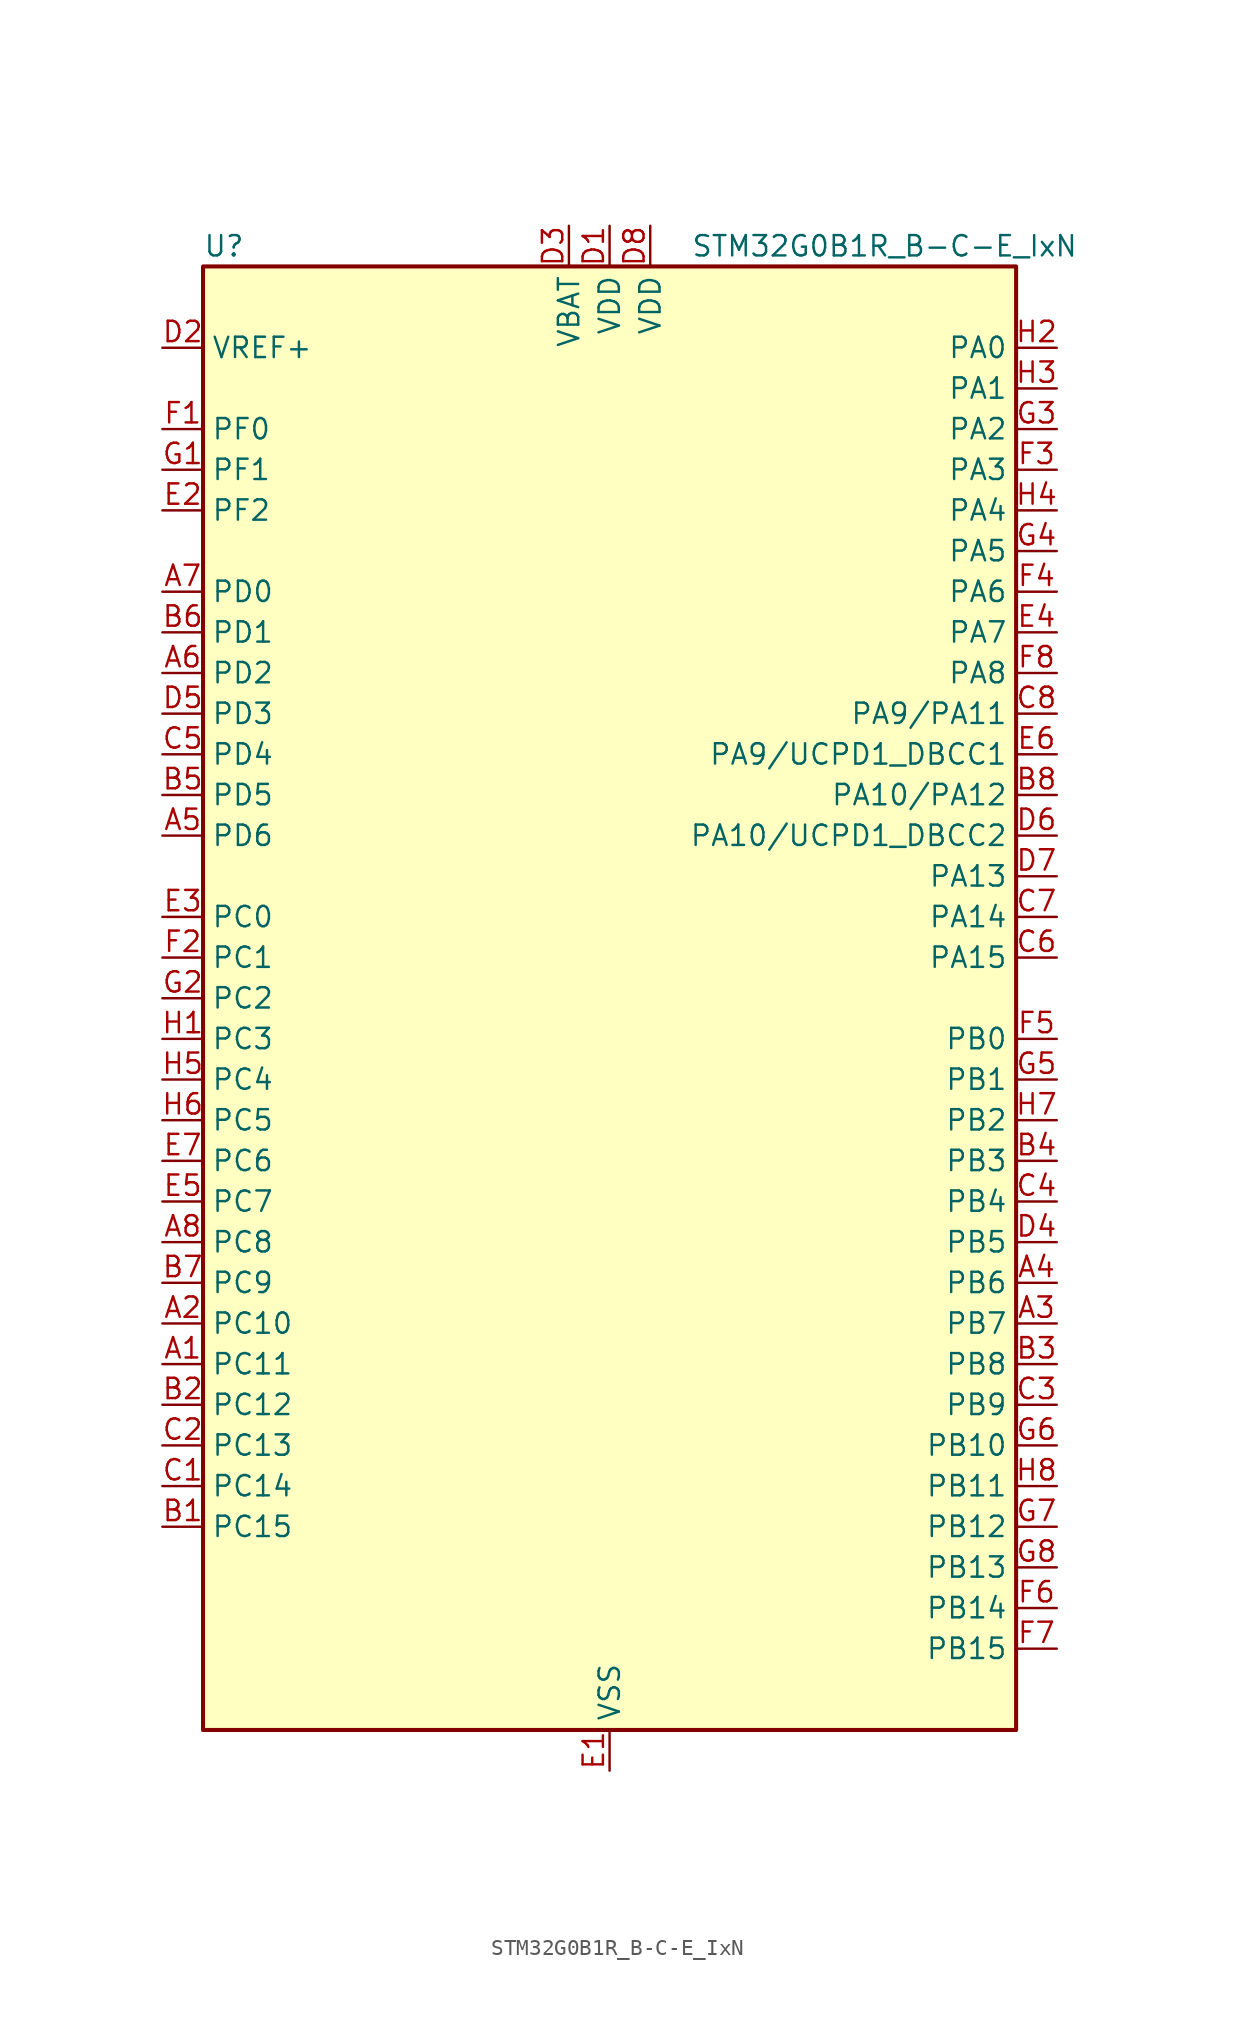
<source format=kicad_sym>
(kicad_symbol_lib
  (version 20231120)
  (generator "kicad-library-utils")
  (generator_version "8.0")
  (symbol "STM32G0B1R_B-C-E_IxN"
    (property "Reference" "U"
      (at -25.4 46.99 0)
      (effects (font (size 1.27 1.27)) (justify left)))
    (property "Value" "STM32G0B1R_B-C-E_IxN"
      (at 5.08 46.99 0)
      (effects (font (size 1.27 1.27)) (justify left)))
    (symbol "STM32G0B1R_B-C-E_IxN_0_1"
      (rectangle (start -25.4 -45.72) (end 25.4 45.72) (stroke (width 0.254) (type default)) (fill (type background))))
    (symbol "STM32G0B1R_B-C-E_IxN_1_1"
      (pin bidirectional line (at -27.94 -22.86 0) (length 2.54) (name "PC11" (effects (font (size 1.27 1.27)))) (number "A1" (effects (font (size 1.27 1.27)))) (alternate "ADC1_EXTI11" bidirectional line) (alternate "SPI3_MISO" bidirectional line) (alternate "TIM1_CH4" bidirectional line) (alternate "USART3_RX" bidirectional line) (alternate "USART4_RX" bidirectional line))
      (pin bidirectional line (at -27.94 -20.32 0) (length 2.54) (name "PC10" (effects (font (size 1.27 1.27)))) (number "A2" (effects (font (size 1.27 1.27)))) (alternate "SPI3_SCK" bidirectional line) (alternate "TIM1_CH3" bidirectional line) (alternate "USART3_TX" bidirectional line) (alternate "USART4_TX" bidirectional line))
      (pin bidirectional line (at 27.94 -20.32 180) (length 2.54) (name "PB7" (effects (font (size 1.27 1.27)))) (number "A3" (effects (font (size 1.27 1.27)))) (alternate "COMP2_INM" bidirectional line) (alternate "I2C1_SDA" bidirectional line) (alternate "I2S2_SD" bidirectional line) (alternate "LPTIM1_IN2" bidirectional line) (alternate "LPUART2_RX" bidirectional line) (alternate "SPI2_MOSI" bidirectional line) (alternate "SYS_PVD_IN" bidirectional line) (alternate "TIM17_CH1N" bidirectional line) (alternate "TIM4_CH2" bidirectional line) (alternate "USART1_RX" bidirectional line) (alternate "USART4_CTS" bidirectional line) (alternate "USART4_NSS" bidirectional line))
      (pin bidirectional line (at 27.94 -17.78 180) (length 2.54) (name "PB6" (effects (font (size 1.27 1.27)))) (number "A4" (effects (font (size 1.27 1.27)))) (alternate "COMP2_INP" bidirectional line) (alternate "FDCAN2_TX" bidirectional line) (alternate "I2C1_SCL" bidirectional line) (alternate "I2S2_MCK" bidirectional line) (alternate "LPTIM1_ETR" bidirectional line) (alternate "LPUART2_TX" bidirectional line) (alternate "SPI2_MISO" bidirectional line) (alternate "TIM16_CH1N" bidirectional line) (alternate "TIM1_CH3" bidirectional line) (alternate "TIM4_CH1" bidirectional line) (alternate "USART1_TX" bidirectional line) (alternate "USART5_CTS" bidirectional line) (alternate "USART5_NSS" bidirectional line))
      (pin bidirectional line (at -27.94 10.16 0) (length 2.54) (name "PD6" (effects (font (size 1.27 1.27)))) (number "A5" (effects (font (size 1.27 1.27)))) (alternate "I2S1_SD" bidirectional line) (alternate "LPTIM2_OUT" bidirectional line) (alternate "SPI1_MOSI" bidirectional line) (alternate "USART2_RX" bidirectional line))
      (pin bidirectional line (at -27.94 20.32 0) (length 2.54) (name "PD2" (effects (font (size 1.27 1.27)))) (number "A6" (effects (font (size 1.27 1.27)))) (alternate "TIM1_CH1N" bidirectional line) (alternate "TIM3_ETR" bidirectional line) (alternate "UCPD2_CC2" bidirectional line) (alternate "USART3_CK" bidirectional line) (alternate "USART3_DE" bidirectional line) (alternate "USART3_RTS" bidirectional line) (alternate "USART5_RX" bidirectional line))
      (pin bidirectional line (at -27.94 25.4 0) (length 2.54) (name "PD0" (effects (font (size 1.27 1.27)))) (number "A7" (effects (font (size 1.27 1.27)))) (alternate "FDCAN1_RX" bidirectional line) (alternate "I2S2_WS" bidirectional line) (alternate "SPI2_NSS" bidirectional line) (alternate "TIM16_CH1" bidirectional line) (alternate "UCPD2_CC1" bidirectional line))
      (pin bidirectional line (at -27.94 -15.24 0) (length 2.54) (name "PC8" (effects (font (size 1.27 1.27)))) (number "A8" (effects (font (size 1.27 1.27)))) (alternate "LPUART2_CTS" bidirectional line) (alternate "TIM1_CH1" bidirectional line) (alternate "TIM3_CH3" bidirectional line) (alternate "UCPD2_FRSTX1" bidirectional line) (alternate "UCPD2_FRSTX2" bidirectional line))
      (pin bidirectional line (at -27.94 -33.02 0) (length 2.54) (name "PC15" (effects (font (size 1.27 1.27)))) (number "B1" (effects (font (size 1.27 1.27)))) (alternate "RCC_OSC32_EN" bidirectional line) (alternate "RCC_OSC32_OUT" bidirectional line) (alternate "RCC_OSC_EN" bidirectional line) (alternate "TIM15_BK" bidirectional line))
      (pin bidirectional line (at -27.94 -25.4 0) (length 2.54) (name "PC12" (effects (font (size 1.27 1.27)))) (number "B2" (effects (font (size 1.27 1.27)))) (alternate "LPTIM1_IN1" bidirectional line) (alternate "SPI3_MOSI" bidirectional line) (alternate "TIM14_CH1" bidirectional line) (alternate "UCPD1_FRSTX1" bidirectional line) (alternate "UCPD1_FRSTX2" bidirectional line) (alternate "USART5_TX" bidirectional line))
      (pin bidirectional line (at 27.94 -22.86 180) (length 2.54) (name "PB8" (effects (font (size 1.27 1.27)))) (number "B3" (effects (font (size 1.27 1.27)))) (alternate "CEC" bidirectional line) (alternate "FDCAN1_RX" bidirectional line) (alternate "I2C1_SCL" bidirectional line) (alternate "I2S2_CK" bidirectional line) (alternate "SPI2_SCK" bidirectional line) (alternate "TIM15_BK" bidirectional line) (alternate "TIM16_CH1" bidirectional line) (alternate "TIM4_CH3" bidirectional line) (alternate "USART3_TX" bidirectional line) (alternate "USART6_TX" bidirectional line))
      (pin bidirectional line (at 27.94 -10.16 180) (length 2.54) (name "PB3" (effects (font (size 1.27 1.27)))) (number "B4" (effects (font (size 1.27 1.27)))) (alternate "COMP2_INM" bidirectional line) (alternate "I2C2_SCL" bidirectional line) (alternate "I2C3_SCL" bidirectional line) (alternate "I2S1_CK" bidirectional line) (alternate "SPI1_SCK" bidirectional line) (alternate "SPI3_SCK" bidirectional line) (alternate "TIM1_CH2" bidirectional line) (alternate "TIM2_CH2" bidirectional line) (alternate "USART1_CK" bidirectional line) (alternate "USART1_DE" bidirectional line) (alternate "USART1_RTS" bidirectional line) (alternate "USART5_TX" bidirectional line))
      (pin bidirectional line (at -27.94 12.7 0) (length 2.54) (name "PD5" (effects (font (size 1.27 1.27)))) (number "B5" (effects (font (size 1.27 1.27)))) (alternate "I2S1_MCK" bidirectional line) (alternate "SPI1_MISO" bidirectional line) (alternate "TIM1_BK" bidirectional line) (alternate "USART2_TX" bidirectional line) (alternate "USART5_CTS" bidirectional line) (alternate "USART5_NSS" bidirectional line))
      (pin bidirectional line (at -27.94 22.86 0) (length 2.54) (name "PD1" (effects (font (size 1.27 1.27)))) (number "B6" (effects (font (size 1.27 1.27)))) (alternate "FDCAN1_TX" bidirectional line) (alternate "I2S2_CK" bidirectional line) (alternate "SPI2_SCK" bidirectional line) (alternate "TIM17_CH1" bidirectional line) (alternate "UCPD2_DBCC1" bidirectional line))
      (pin bidirectional line (at -27.94 -17.78 0) (length 2.54) (name "PC9" (effects (font (size 1.27 1.27)))) (number "B7" (effects (font (size 1.27 1.27)))) (alternate "DAC1_EXTI9" bidirectional line) (alternate "I2S_CKIN" bidirectional line) (alternate "LPUART2_DE" bidirectional line) (alternate "LPUART2_RTS" bidirectional line) (alternate "TIM1_CH2" bidirectional line) (alternate "TIM3_CH4" bidirectional line) (alternate "USB_NOE" bidirectional line))
      (pin bidirectional line (at 27.94 12.7 180) (length 2.54) (name "PA10/PA12" (effects (font (size 1.27 1.27)))) (number "B8" (effects (font (size 1.27 1.27)))) (alternate "PA10" bidirectional line) (alternate "I2C1_SDA (PA10)" bidirectional line) (alternate "I2C2_SDA (PA10)" bidirectional line) (alternate "I2S2_SD (PA10)" bidirectional line) (alternate "RCC_MCO_2 (PA10)" bidirectional line) (alternate "SPI2_MOSI (PA10)" bidirectional line) (alternate "TIM17_BK (PA10)" bidirectional line) (alternate "TIM1_CH3 (PA10)" bidirectional line) (alternate "UCPD1_DBCC2 (PA10)" bidirectional line) (alternate "USART1_RX (PA10)" bidirectional line) (alternate "PA12" bidirectional line) (alternate "COMP2_OUT (PA12)" bidirectional line) (alternate "FDCAN1_TX (PA12)" bidirectional line) (alternate "I2C2_SDA (PA12)" bidirectional line) (alternate "I2S1_SD (PA12)" bidirectional line) (alternate "I2S_CKIN (PA12)" bidirectional line) (alternate "SPI1_MOSI (PA12)" bidirectional line) (alternate "TIM1_ETR (PA12)" bidirectional line) (alternate "USART1_CK (PA12)" bidirectional line) (alternate "USART1_DE (PA12)" bidirectional line) (alternate "USART1_RTS (PA12)" bidirectional line) (alternate "USB_DP (PA12)" bidirectional line))
      (pin bidirectional line (at -27.94 -30.48 0) (length 2.54) (name "PC14" (effects (font (size 1.27 1.27)))) (number "C1" (effects (font (size 1.27 1.27)))) (alternate "RCC_OSC32_IN" bidirectional line) (alternate "TIM1_BK2" bidirectional line))
      (pin bidirectional line (at -27.94 -27.94 0) (length 2.54) (name "PC13" (effects (font (size 1.27 1.27)))) (number "C2" (effects (font (size 1.27 1.27)))) (alternate "RTC_OUT1" bidirectional line) (alternate "RTC_TAMP_IN1" bidirectional line) (alternate "RTC_TS" bidirectional line) (alternate "SYS_WKUP2" bidirectional line) (alternate "TIM1_BK" bidirectional line))
      (pin bidirectional line (at 27.94 -25.4 180) (length 2.54) (name "PB9" (effects (font (size 1.27 1.27)))) (number "C3" (effects (font (size 1.27 1.27)))) (alternate "DAC1_EXTI9" bidirectional line) (alternate "FDCAN1_TX" bidirectional line) (alternate "I2C1_SDA" bidirectional line) (alternate "I2S2_WS" bidirectional line) (alternate "IR_OUT" bidirectional line) (alternate "SPI2_NSS" bidirectional line) (alternate "TIM17_CH1" bidirectional line) (alternate "TIM4_CH4" bidirectional line) (alternate "UCPD2_FRSTX1" bidirectional line) (alternate "UCPD2_FRSTX2" bidirectional line) (alternate "USART3_RX" bidirectional line) (alternate "USART6_RX" bidirectional line))
      (pin bidirectional line (at 27.94 -12.7 180) (length 2.54) (name "PB4" (effects (font (size 1.27 1.27)))) (number "C4" (effects (font (size 1.27 1.27)))) (alternate "COMP2_INP" bidirectional line) (alternate "I2C2_SDA" bidirectional line) (alternate "I2C3_SDA" bidirectional line) (alternate "I2S1_MCK" bidirectional line) (alternate "SPI1_MISO" bidirectional line) (alternate "SPI3_MISO" bidirectional line) (alternate "TIM17_BK" bidirectional line) (alternate "TIM3_CH1" bidirectional line) (alternate "USART1_CTS" bidirectional line) (alternate "USART1_NSS" bidirectional line) (alternate "USART5_RX" bidirectional line))
      (pin bidirectional line (at -27.94 15.24 0) (length 2.54) (name "PD4" (effects (font (size 1.27 1.27)))) (number "C5" (effects (font (size 1.27 1.27)))) (alternate "I2S2_SD" bidirectional line) (alternate "SPI2_MOSI" bidirectional line) (alternate "TIM1_CH3N" bidirectional line) (alternate "USART2_CK" bidirectional line) (alternate "USART2_DE" bidirectional line) (alternate "USART2_RTS" bidirectional line) (alternate "USART5_CK" bidirectional line) (alternate "USART5_DE" bidirectional line) (alternate "USART5_RTS" bidirectional line))
      (pin bidirectional line (at 27.94 2.54 180) (length 2.54) (name "PA15" (effects (font (size 1.27 1.27)))) (number "C6" (effects (font (size 1.27 1.27)))) (alternate "I2C2_SMBA" bidirectional line) (alternate "I2S1_WS" bidirectional line) (alternate "RCC_MCO_2" bidirectional line) (alternate "SPI1_NSS" bidirectional line) (alternate "SPI3_NSS" bidirectional line) (alternate "TIM2_CH1" bidirectional line) (alternate "TIM2_ETR" bidirectional line) (alternate "USART2_RX" bidirectional line) (alternate "USART3_CK" bidirectional line) (alternate "USART3_DE" bidirectional line) (alternate "USART3_RTS" bidirectional line) (alternate "USART4_CK" bidirectional line) (alternate "USART4_DE" bidirectional line) (alternate "USART4_RTS" bidirectional line) (alternate "USB_NOE" bidirectional line))
      (pin bidirectional line (at 27.94 5.08 180) (length 2.54) (name "PA14" (effects (font (size 1.27 1.27)))) (number "C7" (effects (font (size 1.27 1.27)))) (alternate "LPUART2_TX" bidirectional line) (alternate "SYS_SWCLK" bidirectional line) (alternate "USART2_TX" bidirectional line))
      (pin bidirectional line (at 27.94 17.78 180) (length 2.54) (name "PA9/PA11" (effects (font (size 1.27 1.27)))) (number "C8" (effects (font (size 1.27 1.27)))) (alternate "PA9" bidirectional line) (alternate "DAC1_EXTI9 (PA9)" bidirectional line) (alternate "I2C1_SCL (PA9)" bidirectional line) (alternate "I2C2_SCL (PA9)" bidirectional line) (alternate "I2S2_MCK (PA9)" bidirectional line) (alternate "RCC_MCO (PA9)" bidirectional line) (alternate "SPI2_MISO (PA9)" bidirectional line) (alternate "TIM15_BK (PA9)" bidirectional line) (alternate "TIM1_CH2 (PA9)" bidirectional line) (alternate "UCPD1_DBCC1 (PA9)" bidirectional line) (alternate "USART1_TX (PA9)" bidirectional line) (alternate "PA11" bidirectional line) (alternate "ADC1_EXTI11 (PA11)" bidirectional line) (alternate "COMP1_OUT (PA11)" bidirectional line) (alternate "FDCAN1_RX (PA11)" bidirectional line) (alternate "I2C2_SCL (PA11)" bidirectional line) (alternate "I2S1_MCK (PA11)" bidirectional line) (alternate "SPI1_MISO (PA11)" bidirectional line) (alternate "TIM1_BK2 (PA11)" bidirectional line) (alternate "TIM1_CH4 (PA11)" bidirectional line) (alternate "USART1_CTS (PA11)" bidirectional line) (alternate "USART1_NSS (PA11)" bidirectional line) (alternate "USB_DM (PA11)" bidirectional line))
      (pin power_in line (at 0 48.26 270) (length 2.54) (name "VDD" (effects (font (size 1.27 1.27)))) (number "D1" (effects (font (size 1.27 1.27)))))
      (pin input line (at -27.94 40.64 0) (length 2.54) (name "VREF+" (effects (font (size 1.27 1.27)))) (number "D2" (effects (font (size 1.27 1.27)))) (alternate "VREFBUF_OUT" bidirectional line))
      (pin power_in line (at -2.54 48.26 270) (length 2.54) (name "VBAT" (effects (font (size 1.27 1.27)))) (number "D3" (effects (font (size 1.27 1.27)))))
      (pin bidirectional line (at 27.94 -15.24 180) (length 2.54) (name "PB5" (effects (font (size 1.27 1.27)))) (number "D4" (effects (font (size 1.27 1.27)))) (alternate "COMP2_OUT" bidirectional line) (alternate "FDCAN2_RX" bidirectional line) (alternate "I2C1_SMBA" bidirectional line) (alternate "I2S1_SD" bidirectional line) (alternate "LPTIM1_IN1" bidirectional line) (alternate "SPI1_MOSI" bidirectional line) (alternate "SPI3_MOSI" bidirectional line) (alternate "SYS_WKUP6" bidirectional line) (alternate "TIM16_BK" bidirectional line) (alternate "TIM3_CH2" bidirectional line) (alternate "USART5_CK" bidirectional line) (alternate "USART5_DE" bidirectional line) (alternate "USART5_RTS" bidirectional line))
      (pin bidirectional line (at -27.94 17.78 0) (length 2.54) (name "PD3" (effects (font (size 1.27 1.27)))) (number "D5" (effects (font (size 1.27 1.27)))) (alternate "I2S2_MCK" bidirectional line) (alternate "SPI2_MISO" bidirectional line) (alternate "TIM1_CH2N" bidirectional line) (alternate "UCPD2_DBCC2" bidirectional line) (alternate "USART2_CTS" bidirectional line) (alternate "USART2_NSS" bidirectional line) (alternate "USART5_TX" bidirectional line))
      (pin bidirectional line (at 27.94 10.16 180) (length 2.54) (name "PA10/UCPD1_DBCC2" (effects (font (size 1.27 1.27)))) (number "D6" (effects (font (size 1.27 1.27)))) (alternate "PA10" bidirectional line) (alternate "I2C1_SDA (PA10)" bidirectional line) (alternate "I2C2_SDA (PA10)" bidirectional line) (alternate "I2S2_SD (PA10)" bidirectional line) (alternate "RCC_MCO_2 (PA10)" bidirectional line) (alternate "SPI2_MOSI (PA10)" bidirectional line) (alternate "TIM17_BK (PA10)" bidirectional line) (alternate "TIM1_CH3 (PA10)" bidirectional line) (alternate "UCPD1_DBCC2 (PA10)" bidirectional line) (alternate "USART1_RX (PA10)" bidirectional line) (alternate "UCPD1_DBCC2" bidirectional line) (alternate "UCPD1_DBCC2 (UCPD1_DBCC2)" bidirectional line))
      (pin bidirectional line (at 27.94 7.62 180) (length 2.54) (name "PA13" (effects (font (size 1.27 1.27)))) (number "D7" (effects (font (size 1.27 1.27)))) (alternate "IR_OUT" bidirectional line) (alternate "LPUART2_RX" bidirectional line) (alternate "SYS_SWDIO" bidirectional line) (alternate "USB_NOE" bidirectional line))
      (pin power_in line (at 2.54 48.26 270) (length 2.54) (name "VDD" (effects (font (size 1.27 1.27)))) (number "D8" (effects (font (size 1.27 1.27)))))
      (pin power_in line (at 0 -48.26 90) (length 2.54) (name "VSS" (effects (font (size 1.27 1.27)))) (number "E1" (effects (font (size 1.27 1.27)))))
      (pin bidirectional line (at -27.94 30.48 0) (length 2.54) (name "PF2" (effects (font (size 1.27 1.27)))) (number "E2" (effects (font (size 1.27 1.27)))) (alternate "LPUART2_DE" bidirectional line) (alternate "LPUART2_RTS" bidirectional line) (alternate "LPUART2_TX" bidirectional line) (alternate "RCC_MCO" bidirectional line))
      (pin bidirectional line (at -27.94 5.08 0) (length 2.54) (name "PC0" (effects (font (size 1.27 1.27)))) (number "E3" (effects (font (size 1.27 1.27)))) (alternate "COMP3_INM" bidirectional line) (alternate "COMP3_OUT" bidirectional line) (alternate "I2C3_SCL" bidirectional line) (alternate "LPTIM1_IN1" bidirectional line) (alternate "LPTIM2_IN1" bidirectional line) (alternate "LPUART1_RX" bidirectional line) (alternate "LPUART2_TX" bidirectional line) (alternate "USART6_TX" bidirectional line))
      (pin bidirectional line (at 27.94 22.86 180) (length 2.54) (name "PA7" (effects (font (size 1.27 1.27)))) (number "E4" (effects (font (size 1.27 1.27)))) (alternate "ADC1_IN7" bidirectional line) (alternate "COMP2_OUT" bidirectional line) (alternate "I2C2_SCL" bidirectional line) (alternate "I2C3_SCL" bidirectional line) (alternate "I2S1_SD" bidirectional line) (alternate "SPI1_MOSI" bidirectional line) (alternate "TIM14_CH1" bidirectional line) (alternate "TIM17_CH1" bidirectional line) (alternate "TIM1_CH1N" bidirectional line) (alternate "TIM3_CH2" bidirectional line) (alternate "UCPD1_FRSTX1" bidirectional line) (alternate "UCPD1_FRSTX2" bidirectional line) (alternate "USART6_CK" bidirectional line) (alternate "USART6_DE" bidirectional line) (alternate "USART6_RTS" bidirectional line))
      (pin bidirectional line (at -27.94 -12.7 0) (length 2.54) (name "PC7" (effects (font (size 1.27 1.27)))) (number "E5" (effects (font (size 1.27 1.27)))) (alternate "LPUART2_RX" bidirectional line) (alternate "TIM2_CH4" bidirectional line) (alternate "TIM3_CH2" bidirectional line) (alternate "UCPD2_FRSTX1" bidirectional line) (alternate "UCPD2_FRSTX2" bidirectional line))
      (pin bidirectional line (at 27.94 15.24 180) (length 2.54) (name "PA9/UCPD1_DBCC1" (effects (font (size 1.27 1.27)))) (number "E6" (effects (font (size 1.27 1.27)))) (alternate "PA9" bidirectional line) (alternate "DAC1_EXTI9 (PA9)" bidirectional line) (alternate "I2C1_SCL (PA9)" bidirectional line) (alternate "I2C2_SCL (PA9)" bidirectional line) (alternate "I2S2_MCK (PA9)" bidirectional line) (alternate "RCC_MCO (PA9)" bidirectional line) (alternate "SPI2_MISO (PA9)" bidirectional line) (alternate "TIM15_BK (PA9)" bidirectional line) (alternate "TIM1_CH2 (PA9)" bidirectional line) (alternate "UCPD1_DBCC1 (PA9)" bidirectional line) (alternate "USART1_TX (PA9)" bidirectional line) (alternate "UCPD1_DBCC1" bidirectional line) (alternate "UCPD1_DBCC1 (UCPD1_DBCC1)" bidirectional line))
      (pin bidirectional line (at -27.94 -10.16 0) (length 2.54) (name "PC6" (effects (font (size 1.27 1.27)))) (number "E7" (effects (font (size 1.27 1.27)))) (alternate "LPUART2_TX" bidirectional line) (alternate "TIM2_CH3" bidirectional line) (alternate "TIM3_CH1" bidirectional line) (alternate "UCPD1_FRSTX1" bidirectional line) (alternate "UCPD1_FRSTX2" bidirectional line))
      (pin passive line (at 0 -48.26 90) (length 2.54) hide (name "VSS" (effects (font (size 1.27 1.27)))) (number "E8" (effects (font (size 1.27 1.27)))))
      (pin bidirectional line (at -27.94 35.56 0) (length 2.54) (name "PF0" (effects (font (size 1.27 1.27)))) (number "F1" (effects (font (size 1.27 1.27)))) (alternate "CRS1_SYNC" bidirectional line) (alternate "RCC_OSC_IN" bidirectional line) (alternate "TIM14_CH1" bidirectional line))
      (pin bidirectional line (at -27.94 2.54 0) (length 2.54) (name "PC1" (effects (font (size 1.27 1.27)))) (number "F2" (effects (font (size 1.27 1.27)))) (alternate "COMP3_INP" bidirectional line) (alternate "I2C3_SDA" bidirectional line) (alternate "LPTIM1_OUT" bidirectional line) (alternate "LPUART1_TX" bidirectional line) (alternate "LPUART2_RX" bidirectional line) (alternate "TIM15_CH1" bidirectional line) (alternate "USART6_RX" bidirectional line))
      (pin bidirectional line (at 27.94 33.02 180) (length 2.54) (name "PA3" (effects (font (size 1.27 1.27)))) (number "F3" (effects (font (size 1.27 1.27)))) (alternate "ADC1_IN3" bidirectional line) (alternate "COMP2_INP" bidirectional line) (alternate "I2S2_MCK" bidirectional line) (alternate "LPUART1_RX" bidirectional line) (alternate "SPI2_MISO" bidirectional line) (alternate "TIM15_CH2" bidirectional line) (alternate "TIM2_CH4" bidirectional line) (alternate "UCPD2_FRSTX1" bidirectional line) (alternate "UCPD2_FRSTX2" bidirectional line) (alternate "USART2_RX" bidirectional line))
      (pin bidirectional line (at 27.94 25.4 180) (length 2.54) (name "PA6" (effects (font (size 1.27 1.27)))) (number "F4" (effects (font (size 1.27 1.27)))) (alternate "ADC1_IN6" bidirectional line) (alternate "COMP1_OUT" bidirectional line) (alternate "I2C2_SDA" bidirectional line) (alternate "I2C3_SDA" bidirectional line) (alternate "I2S1_MCK" bidirectional line) (alternate "LPUART1_CTS" bidirectional line) (alternate "SPI1_MISO" bidirectional line) (alternate "TIM16_CH1" bidirectional line) (alternate "TIM1_BK" bidirectional line) (alternate "TIM3_CH1" bidirectional line) (alternate "USART3_CTS" bidirectional line) (alternate "USART3_NSS" bidirectional line) (alternate "USART6_CTS" bidirectional line) (alternate "USART6_NSS" bidirectional line))
      (pin bidirectional line (at 27.94 -2.54 180) (length 2.54) (name "PB0" (effects (font (size 1.27 1.27)))) (number "F5" (effects (font (size 1.27 1.27)))) (alternate "ADC1_IN8" bidirectional line) (alternate "COMP1_OUT" bidirectional line) (alternate "COMP3_INP" bidirectional line) (alternate "FDCAN2_RX" bidirectional line) (alternate "I2S1_WS" bidirectional line) (alternate "LPTIM1_OUT" bidirectional line) (alternate "LPUART2_CTS" bidirectional line) (alternate "SPI1_NSS" bidirectional line) (alternate "TIM1_CH2N" bidirectional line) (alternate "TIM3_CH3" bidirectional line) (alternate "UCPD1_FRSTX1" bidirectional line) (alternate "UCPD1_FRSTX2" bidirectional line) (alternate "USART3_RX" bidirectional line) (alternate "USART5_TX" bidirectional line))
      (pin bidirectional line (at 27.94 -38.1 180) (length 2.54) (name "PB14" (effects (font (size 1.27 1.27)))) (number "F6" (effects (font (size 1.27 1.27)))) (alternate "I2C2_SDA" bidirectional line) (alternate "I2S2_MCK" bidirectional line) (alternate "SPI2_MISO" bidirectional line) (alternate "TIM15_CH1" bidirectional line) (alternate "TIM1_CH2N" bidirectional line) (alternate "UCPD1_FRSTX1" bidirectional line) (alternate "UCPD1_FRSTX2" bidirectional line) (alternate "USART3_CK" bidirectional line) (alternate "USART3_DE" bidirectional line) (alternate "USART3_RTS" bidirectional line) (alternate "USART6_CK" bidirectional line) (alternate "USART6_DE" bidirectional line) (alternate "USART6_RTS" bidirectional line))
      (pin bidirectional line (at 27.94 -40.64 180) (length 2.54) (name "PB15" (effects (font (size 1.27 1.27)))) (number "F7" (effects (font (size 1.27 1.27)))) (alternate "I2S2_SD" bidirectional line) (alternate "RTC_REFIN" bidirectional line) (alternate "SPI2_MOSI" bidirectional line) (alternate "TIM15_CH1N" bidirectional line) (alternate "TIM15_CH2" bidirectional line) (alternate "TIM1_CH3N" bidirectional line) (alternate "UCPD1_CC2" bidirectional line) (alternate "USART6_CTS" bidirectional line) (alternate "USART6_NSS" bidirectional line))
      (pin bidirectional line (at 27.94 20.32 180) (length 2.54) (name "PA8" (effects (font (size 1.27 1.27)))) (number "F8" (effects (font (size 1.27 1.27)))) (alternate "CRS1_SYNC" bidirectional line) (alternate "I2C2_SMBA" bidirectional line) (alternate "I2S2_WS" bidirectional line) (alternate "LPTIM2_OUT" bidirectional line) (alternate "RCC_MCO" bidirectional line) (alternate "SPI2_NSS" bidirectional line) (alternate "TIM1_CH1" bidirectional line) (alternate "UCPD1_CC1" bidirectional line))
      (pin bidirectional line (at -27.94 33.02 0) (length 2.54) (name "PF1" (effects (font (size 1.27 1.27)))) (number "G1" (effects (font (size 1.27 1.27)))) (alternate "RCC_OSC_EN" bidirectional line) (alternate "RCC_OSC_OUT" bidirectional line) (alternate "TIM15_CH1N" bidirectional line))
      (pin bidirectional line (at -27.94 0 0) (length 2.54) (name "PC2" (effects (font (size 1.27 1.27)))) (number "G2" (effects (font (size 1.27 1.27)))) (alternate "COMP3_OUT" bidirectional line) (alternate "FDCAN2_RX" bidirectional line) (alternate "I2S2_MCK" bidirectional line) (alternate "LPTIM1_IN2" bidirectional line) (alternate "SPI2_MISO" bidirectional line) (alternate "TIM15_CH2" bidirectional line))
      (pin bidirectional line (at 27.94 35.56 180) (length 2.54) (name "PA2" (effects (font (size 1.27 1.27)))) (number "G3" (effects (font (size 1.27 1.27)))) (alternate "ADC1_IN2" bidirectional line) (alternate "COMP2_INM" bidirectional line) (alternate "COMP2_OUT" bidirectional line) (alternate "I2S1_SD" bidirectional line) (alternate "LPUART1_TX" bidirectional line) (alternate "RCC_LSCO" bidirectional line) (alternate "SPI1_MOSI" bidirectional line) (alternate "SYS_WKUP4" bidirectional line) (alternate "TIM15_CH1" bidirectional line) (alternate "TIM2_CH3" bidirectional line) (alternate "UCPD1_FRSTX1" bidirectional line) (alternate "UCPD1_FRSTX2" bidirectional line) (alternate "USART2_TX" bidirectional line))
      (pin bidirectional line (at 27.94 27.94 180) (length 2.54) (name "PA5" (effects (font (size 1.27 1.27)))) (number "G4" (effects (font (size 1.27 1.27)))) (alternate "ADC1_IN5" bidirectional line) (alternate "CEC" bidirectional line) (alternate "DAC1_OUT2" bidirectional line) (alternate "I2S1_CK" bidirectional line) (alternate "LPTIM2_ETR" bidirectional line) (alternate "SPI1_SCK" bidirectional line) (alternate "TIM2_CH1" bidirectional line) (alternate "TIM2_ETR" bidirectional line) (alternate "UCPD1_FRSTX1" bidirectional line) (alternate "UCPD1_FRSTX2" bidirectional line) (alternate "USART3_TX" bidirectional line) (alternate "USART6_RX" bidirectional line))
      (pin bidirectional line (at 27.94 -5.08 180) (length 2.54) (name "PB1" (effects (font (size 1.27 1.27)))) (number "G5" (effects (font (size 1.27 1.27)))) (alternate "ADC1_IN9" bidirectional line) (alternate "COMP1_INM" bidirectional line) (alternate "COMP3_OUT" bidirectional line) (alternate "FDCAN2_TX" bidirectional line) (alternate "LPTIM2_IN1" bidirectional line) (alternate "LPUART1_DE" bidirectional line) (alternate "LPUART1_RTS" bidirectional line) (alternate "LPUART2_DE" bidirectional line) (alternate "LPUART2_RTS" bidirectional line) (alternate "TIM14_CH1" bidirectional line) (alternate "TIM1_CH3N" bidirectional line) (alternate "TIM3_CH4" bidirectional line) (alternate "USART3_CK" bidirectional line) (alternate "USART3_DE" bidirectional line) (alternate "USART3_RTS" bidirectional line) (alternate "USART5_RX" bidirectional line))
      (pin bidirectional line (at 27.94 -27.94 180) (length 2.54) (name "PB10" (effects (font (size 1.27 1.27)))) (number "G6" (effects (font (size 1.27 1.27)))) (alternate "ADC1_IN11" bidirectional line) (alternate "CEC" bidirectional line) (alternate "COMP1_OUT" bidirectional line) (alternate "I2C2_SCL" bidirectional line) (alternate "I2S2_CK" bidirectional line) (alternate "LPUART1_RX" bidirectional line) (alternate "SPI2_SCK" bidirectional line) (alternate "TIM2_CH3" bidirectional line) (alternate "USART3_TX" bidirectional line))
      (pin bidirectional line (at 27.94 -33.02 180) (length 2.54) (name "PB12" (effects (font (size 1.27 1.27)))) (number "G7" (effects (font (size 1.27 1.27)))) (alternate "ADC1_IN16" bidirectional line) (alternate "FDCAN2_RX" bidirectional line) (alternate "I2C2_SMBA" bidirectional line) (alternate "I2S2_WS" bidirectional line) (alternate "LPUART1_DE" bidirectional line) (alternate "LPUART1_RTS" bidirectional line) (alternate "SPI2_NSS" bidirectional line) (alternate "TIM15_BK" bidirectional line) (alternate "TIM1_BK" bidirectional line) (alternate "UCPD2_FRSTX1" bidirectional line) (alternate "UCPD2_FRSTX2" bidirectional line))
      (pin bidirectional line (at 27.94 -35.56 180) (length 2.54) (name "PB13" (effects (font (size 1.27 1.27)))) (number "G8" (effects (font (size 1.27 1.27)))) (alternate "FDCAN2_TX" bidirectional line) (alternate "I2C2_SCL" bidirectional line) (alternate "I2S2_CK" bidirectional line) (alternate "LPUART1_CTS" bidirectional line) (alternate "SPI2_SCK" bidirectional line) (alternate "TIM15_CH1N" bidirectional line) (alternate "TIM1_CH1N" bidirectional line) (alternate "USART3_CTS" bidirectional line) (alternate "USART3_NSS" bidirectional line))
      (pin bidirectional line (at -27.94 -2.54 0) (length 2.54) (name "PC3" (effects (font (size 1.27 1.27)))) (number "H1" (effects (font (size 1.27 1.27)))) (alternate "FDCAN2_TX" bidirectional line) (alternate "I2S2_SD" bidirectional line) (alternate "LPTIM1_ETR" bidirectional line) (alternate "LPTIM2_ETR" bidirectional line) (alternate "SPI2_MOSI" bidirectional line))
      (pin bidirectional line (at 27.94 40.64 180) (length 2.54) (name "PA0" (effects (font (size 1.27 1.27)))) (number "H2" (effects (font (size 1.27 1.27)))) (alternate "ADC1_IN0" bidirectional line) (alternate "COMP1_INM" bidirectional line) (alternate "COMP1_OUT" bidirectional line) (alternate "I2S2_CK" bidirectional line) (alternate "LPTIM1_OUT" bidirectional line) (alternate "RTC_TAMP_IN2" bidirectional line) (alternate "SPI2_SCK" bidirectional line) (alternate "SYS_WKUP1" bidirectional line) (alternate "TIM2_CH1" bidirectional line) (alternate "TIM2_ETR" bidirectional line) (alternate "UCPD2_FRSTX1" bidirectional line) (alternate "UCPD2_FRSTX2" bidirectional line) (alternate "USART2_CTS" bidirectional line) (alternate "USART2_NSS" bidirectional line) (alternate "USART4_TX" bidirectional line))
      (pin bidirectional line (at 27.94 38.1 180) (length 2.54) (name "PA1" (effects (font (size 1.27 1.27)))) (number "H3" (effects (font (size 1.27 1.27)))) (alternate "ADC1_IN1" bidirectional line) (alternate "COMP1_INP" bidirectional line) (alternate "I2C1_SMBA" bidirectional line) (alternate "I2S1_CK" bidirectional line) (alternate "SPI1_SCK" bidirectional line) (alternate "TIM15_CH1N" bidirectional line) (alternate "TIM2_CH2" bidirectional line) (alternate "USART2_CK" bidirectional line) (alternate "USART2_DE" bidirectional line) (alternate "USART2_RTS" bidirectional line) (alternate "USART4_RX" bidirectional line))
      (pin bidirectional line (at 27.94 30.48 180) (length 2.54) (name "PA4" (effects (font (size 1.27 1.27)))) (number "H4" (effects (font (size 1.27 1.27)))) (alternate "ADC1_IN4" bidirectional line) (alternate "DAC1_OUT1" bidirectional line) (alternate "I2S1_WS" bidirectional line) (alternate "I2S2_SD" bidirectional line) (alternate "LPTIM2_OUT" bidirectional line) (alternate "RTC_OUT2" bidirectional line) (alternate "SPI1_NSS" bidirectional line) (alternate "SPI2_MOSI" bidirectional line) (alternate "SPI3_NSS" bidirectional line) (alternate "TIM14_CH1" bidirectional line) (alternate "UCPD2_FRSTX1" bidirectional line) (alternate "UCPD2_FRSTX2" bidirectional line) (alternate "USART6_TX" bidirectional line) (alternate "USB_NOE" bidirectional line))
      (pin bidirectional line (at -27.94 -5.08 0) (length 2.54) (name "PC4" (effects (font (size 1.27 1.27)))) (number "H5" (effects (font (size 1.27 1.27)))) (alternate "ADC1_IN17" bidirectional line) (alternate "COMP1_INM" bidirectional line) (alternate "FDCAN1_RX" bidirectional line) (alternate "TIM2_CH1" bidirectional line) (alternate "TIM2_ETR" bidirectional line) (alternate "USART1_TX" bidirectional line) (alternate "USART3_TX" bidirectional line))
      (pin bidirectional line (at -27.94 -7.62 0) (length 2.54) (name "PC5" (effects (font (size 1.27 1.27)))) (number "H6" (effects (font (size 1.27 1.27)))) (alternate "ADC1_IN18" bidirectional line) (alternate "COMP1_INP" bidirectional line) (alternate "FDCAN1_TX" bidirectional line) (alternate "SYS_WKUP5" bidirectional line) (alternate "TIM2_CH2" bidirectional line) (alternate "USART1_RX" bidirectional line) (alternate "USART3_RX" bidirectional line))
      (pin bidirectional line (at 27.94 -7.62 180) (length 2.54) (name "PB2" (effects (font (size 1.27 1.27)))) (number "H7" (effects (font (size 1.27 1.27)))) (alternate "ADC1_IN10" bidirectional line) (alternate "COMP1_INP" bidirectional line) (alternate "COMP3_INM" bidirectional line) (alternate "I2S2_MCK" bidirectional line) (alternate "LPTIM1_OUT" bidirectional line) (alternate "RCC_MCO_2" bidirectional line) (alternate "SPI2_MISO" bidirectional line) (alternate "USART3_TX" bidirectional line))
      (pin bidirectional line (at 27.94 -30.48 180) (length 2.54) (name "PB11" (effects (font (size 1.27 1.27)))) (number "H8" (effects (font (size 1.27 1.27)))) (alternate "ADC1_EXTI11" bidirectional line) (alternate "ADC1_IN15" bidirectional line) (alternate "COMP2_OUT" bidirectional line) (alternate "I2C2_SDA" bidirectional line) (alternate "I2S2_SD" bidirectional line) (alternate "LPUART1_TX" bidirectional line) (alternate "SPI2_MOSI" bidirectional line) (alternate "TIM2_CH4" bidirectional line) (alternate "USART3_RX" bidirectional line)))))
</source>
